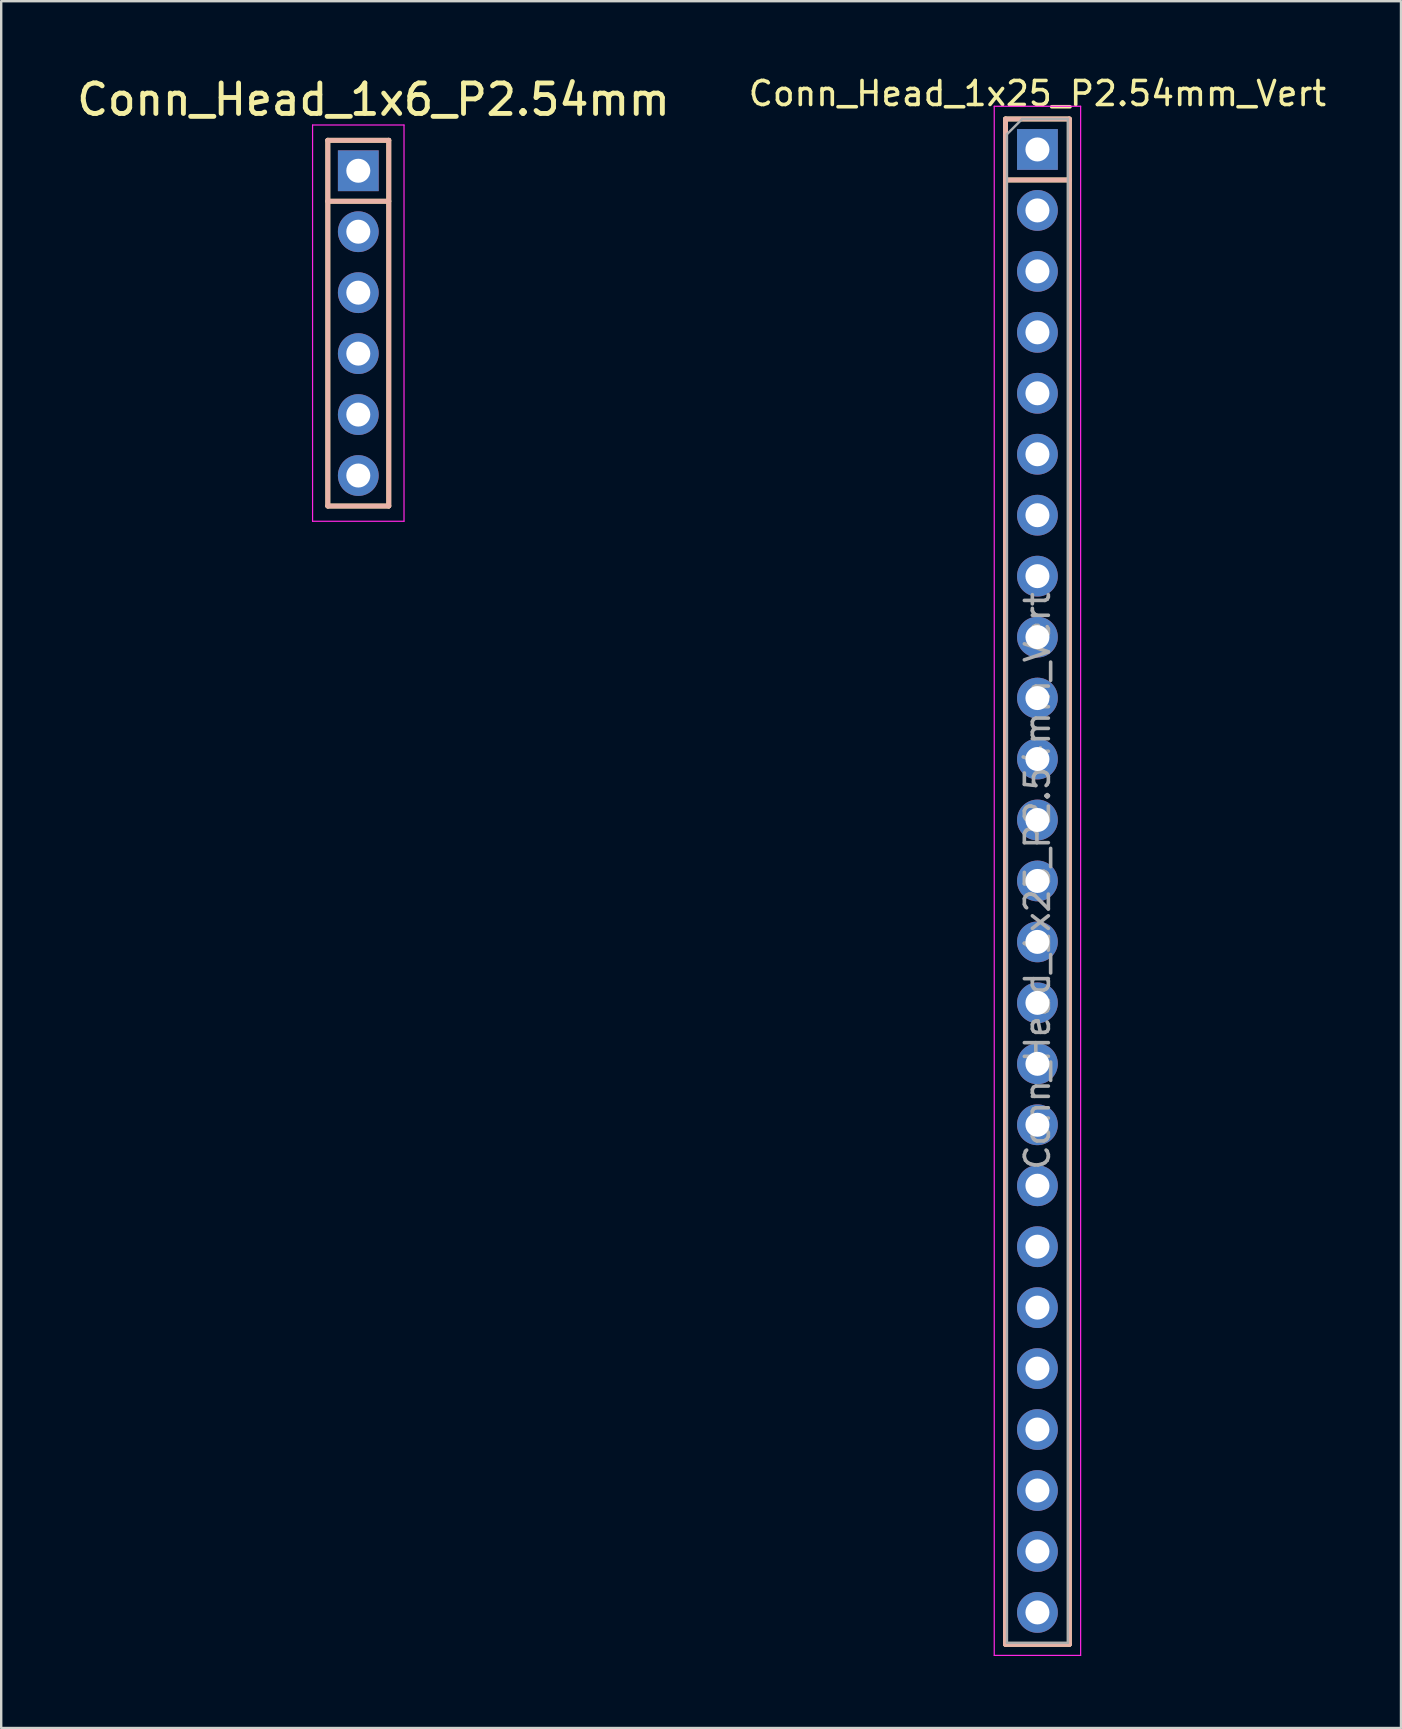
<source format=kicad_pcb>
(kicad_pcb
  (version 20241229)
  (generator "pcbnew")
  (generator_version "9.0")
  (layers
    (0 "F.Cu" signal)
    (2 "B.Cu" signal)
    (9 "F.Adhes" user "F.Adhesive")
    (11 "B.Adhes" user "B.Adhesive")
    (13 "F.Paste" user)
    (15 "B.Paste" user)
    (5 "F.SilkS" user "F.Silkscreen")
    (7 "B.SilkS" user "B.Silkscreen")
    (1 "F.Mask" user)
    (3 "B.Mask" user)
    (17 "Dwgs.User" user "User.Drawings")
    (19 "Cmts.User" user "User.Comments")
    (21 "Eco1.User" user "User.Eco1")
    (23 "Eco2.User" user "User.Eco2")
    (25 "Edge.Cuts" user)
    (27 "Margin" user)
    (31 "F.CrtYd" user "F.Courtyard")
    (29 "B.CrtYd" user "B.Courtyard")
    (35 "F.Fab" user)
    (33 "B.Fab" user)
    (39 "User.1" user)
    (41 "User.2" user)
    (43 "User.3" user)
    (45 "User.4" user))
  (footprint "Conn_Head_1x25_P2.54mm_Vert"
    (layer "F.Cu")
    (at 40.179 3.178)
    (property "Reference" "Conn_Head_1x25_P2.54mm_Vert" (at 0 -2.33 0) (layer "F.SilkS") (effects (font (size 1 1) (thickness 0.15))))
    (attr through_hole)
    (fp_line (start -1.33 -1.27) (end -1.33 62.29) (stroke (width 0.203) (type solid)) (layer "F.SilkS"))
    (fp_line (start -1.33 -1.27) (end 1.33 -1.27) (stroke (width 0.203) (type solid)) (layer "F.SilkS"))
    (fp_line (start -1.33 1.27) (end 1.33 1.27) (stroke (width 0.203) (type solid)) (layer "F.SilkS"))
    (fp_line (start -1.33 62.29) (end 1.33 62.29) (stroke (width 0.203) (type solid)) (layer "F.SilkS"))
    (fp_line (start 1.33 -1.27) (end 1.33 62.29) (stroke (width 0.203) (type solid)) (layer "F.SilkS"))
    (fp_line (start -1.33 -1.27) (end -1.33 62.29) (stroke (width 0.203) (type solid)) (layer "B.SilkS"))
    (fp_line (start -1.33 -1.27) (end 1.33 -1.27) (stroke (width 0.203) (type solid)) (layer "B.SilkS"))
    (fp_line (start -1.33 1.27) (end 1.33 1.27) (stroke (width 0.203) (type solid)) (layer "B.SilkS"))
    (fp_line (start -1.33 62.29) (end 1.33 62.29) (stroke (width 0.203) (type solid)) (layer "B.SilkS"))
    (fp_line (start 1.33 -1.27) (end 1.33 62.29) (stroke (width 0.203) (type solid)) (layer "B.SilkS"))
    (fp_line (start -1.8 -1.8) (end -1.8 62.75) (stroke (width 0.05) (type solid)) (layer "F.CrtYd"))
    (fp_line (start -1.8 62.75) (end 1.8 62.75) (stroke (width 0.05) (type solid)) (layer "F.CrtYd"))
    (fp_line (start 1.8 -1.8) (end -1.8 -1.8) (stroke (width 0.05) (type solid)) (layer "F.CrtYd"))
    (fp_line (start 1.8 62.75) (end 1.8 -1.8) (stroke (width 0.05) (type solid)) (layer "F.CrtYd"))
    (fp_line (start -1.27 -0.635) (end -0.635 -1.27) (stroke (width 0.1) (type solid)) (layer "F.Fab"))
    (fp_line (start -1.27 62.23) (end -1.27 -0.635) (stroke (width 0.1) (type solid)) (layer "F.Fab"))
    (fp_line (start -0.635 -1.27) (end 1.27 -1.27) (stroke (width 0.1) (type solid)) (layer "F.Fab"))
    (fp_line (start 1.27 -1.27) (end 1.27 62.23) (stroke (width 0.1) (type solid)) (layer "F.Fab"))
    (fp_line (start 1.27 62.23) (end -1.27 62.23) (stroke (width 0.1) (type solid)) (layer "F.Fab"))
    (fp_text user "${REFERENCE}" (at 0 30.48 90) (layer "F.Fab") (effects (font (size 1 1) (thickness 0.15))))
    (pad "1" thru_hole rect (at 0 0) (size 1.7 1.7) (drill 1) (layers "*.Cu" "*.Mask"))
    (pad "2" thru_hole oval (at 0 2.54) (size 1.7 1.7) (drill 1) (layers "*.Cu" "*.Mask"))
    (pad "3" thru_hole oval (at 0 5.08) (size 1.7 1.7) (drill 1) (layers "*.Cu" "*.Mask"))
    (pad "4" thru_hole oval (at 0 7.62) (size 1.7 1.7) (drill 1) (layers "*.Cu" "*.Mask"))
    (pad "5" thru_hole oval (at 0 10.16) (size 1.7 1.7) (drill 1) (layers "*.Cu" "*.Mask"))
    (pad "6" thru_hole oval (at 0 12.7) (size 1.7 1.7) (drill 1) (layers "*.Cu" "*.Mask"))
    (pad "7" thru_hole oval (at 0 15.24) (size 1.7 1.7) (drill 1) (layers "*.Cu" "*.Mask"))
    (pad "8" thru_hole oval (at 0 17.78) (size 1.7 1.7) (drill 1) (layers "*.Cu" "*.Mask"))
    (pad "9" thru_hole oval (at 0 20.32) (size 1.7 1.7) (drill 1) (layers "*.Cu" "*.Mask"))
    (pad "10" thru_hole oval (at 0 22.86) (size 1.7 1.7) (drill 1) (layers "*.Cu" "*.Mask"))
    (pad "11" thru_hole oval (at 0 25.4) (size 1.7 1.7) (drill 1) (layers "*.Cu" "*.Mask"))
    (pad "12" thru_hole oval (at 0 27.94) (size 1.7 1.7) (drill 1) (layers "*.Cu" "*.Mask"))
    (pad "13" thru_hole oval (at 0 30.48) (size 1.7 1.7) (drill 1) (layers "*.Cu" "*.Mask"))
    (pad "14" thru_hole oval (at 0 33.02) (size 1.7 1.7) (drill 1) (layers "*.Cu" "*.Mask"))
    (pad "15" thru_hole oval (at 0 35.56) (size 1.7 1.7) (drill 1) (layers "*.Cu" "*.Mask"))
    (pad "16" thru_hole oval (at 0 38.1) (size 1.7 1.7) (drill 1) (layers "*.Cu" "*.Mask"))
    (pad "17" thru_hole oval (at 0 40.64) (size 1.7 1.7) (drill 1) (layers "*.Cu" "*.Mask"))
    (pad "18" thru_hole oval (at 0 43.18) (size 1.7 1.7) (drill 1) (layers "*.Cu" "*.Mask"))
    (pad "19" thru_hole oval (at 0 45.72) (size 1.7 1.7) (drill 1) (layers "*.Cu" "*.Mask"))
    (pad "20" thru_hole oval (at 0 48.26) (size 1.7 1.7) (drill 1) (layers "*.Cu" "*.Mask"))
    (pad "21" thru_hole oval (at 0 50.8) (size 1.7 1.7) (drill 1) (layers "*.Cu" "*.Mask"))
    (pad "22" thru_hole oval (at 0 53.34) (size 1.7 1.7) (drill 1) (layers "*.Cu" "*.Mask"))
    (pad "23" thru_hole oval (at 0 55.88) (size 1.7 1.7) (drill 1) (layers "*.Cu" "*.Mask"))
    (pad "24" thru_hole oval (at 0 58.42) (size 1.7 1.7) (drill 1) (layers "*.Cu" "*.Mask"))
    (pad "25" thru_hole oval (at 0 60.96) (size 1.7 1.7) (drill 1) (layers "*.Cu" "*.Mask")))
  (footprint "Conn_Head_1x6_P2.54mm"
    (layer "F.Cu")
    (at 11.88 4.065)
    (property "Reference" "Conn_Head_1x6_P2.54mm" (at 0.635 -2.965 0) (layer "F.SilkS") (effects (font (size 1.27 1.27) (thickness 0.203))))
    (attr through_hole)
    (fp_line (start -1.27 -1.27) (end 1.27 -1.27) (stroke (width 0.203) (type solid)) (layer "F.SilkS"))
    (fp_line (start -1.27 13.97) (end -1.27 -1.27) (stroke (width 0.203) (type solid)) (layer "F.SilkS"))
    (fp_line (start 1.27 -1.27) (end 1.27 13.97) (stroke (width 0.203) (type solid)) (layer "F.SilkS"))
    (fp_line (start 1.27 1.27) (end -1.27 1.27) (stroke (width 0.203) (type solid)) (layer "F.SilkS"))
    (fp_line (start 1.27 13.97) (end -1.27 13.97) (stroke (width 0.203) (type solid)) (layer "F.SilkS"))
    (fp_line (start -1.27 -1.27) (end 1.27 -1.27) (stroke (width 0.203) (type solid)) (layer "B.SilkS"))
    (fp_line (start -1.27 13.97) (end -1.27 -1.27) (stroke (width 0.203) (type solid)) (layer "B.SilkS"))
    (fp_line (start 1.27 -1.27) (end 1.27 13.97) (stroke (width 0.203) (type solid)) (layer "B.SilkS"))
    (fp_line (start 1.27 1.27) (end -1.27 1.27) (stroke (width 0.203) (type solid)) (layer "B.SilkS"))
    (fp_line (start 1.27 13.97) (end -1.27 13.97) (stroke (width 0.203) (type solid)) (layer "B.SilkS"))
    (fp_line (start -1.905 -1.905) (end -1.905 14.605) (stroke (width 0.05) (type solid)) (layer "F.CrtYd"))
    (fp_line (start 1.905 -1.905) (end -1.905 -1.905) (stroke (width 0.05) (type solid)) (layer "F.CrtYd"))
    (fp_line (start 1.905 14.605) (end -1.905 14.605) (stroke (width 0.05) (type solid)) (layer "F.CrtYd"))
    (fp_line (start 1.905 14.605) (end 1.905 -1.905) (stroke (width 0.05) (type solid)) (layer "F.CrtYd"))
    (pad "1" thru_hole rect (at 0 0) (size 1.7 1.7) (drill 1) (layers "*.Cu" "*.Mask"))
    (pad "2" thru_hole oval (at 0 2.54) (size 1.7 1.7) (drill 1) (layers "*.Cu" "*.Mask"))
    (pad "3" thru_hole oval (at 0 5.08) (size 1.7 1.7) (drill 1) (layers "*.Cu" "*.Mask"))
    (pad "4" thru_hole oval (at 0 7.62) (size 1.7 1.7) (drill 1) (layers "*.Cu" "*.Mask"))
    (pad "5" thru_hole oval (at 0 10.16) (size 1.7 1.7) (drill 1) (layers "*.Cu" "*.Mask"))
    (pad "6" thru_hole oval (at 0 12.7) (size 1.7 1.7) (drill 1) (layers "*.Cu" "*.Mask")))
  (gr_rect
    (start -3 -3)
    (end 55.328 68.953)
    (stroke (width 0.1) (type default))
    (fill no)
    (layer "Edge.Cuts")))
</source>
